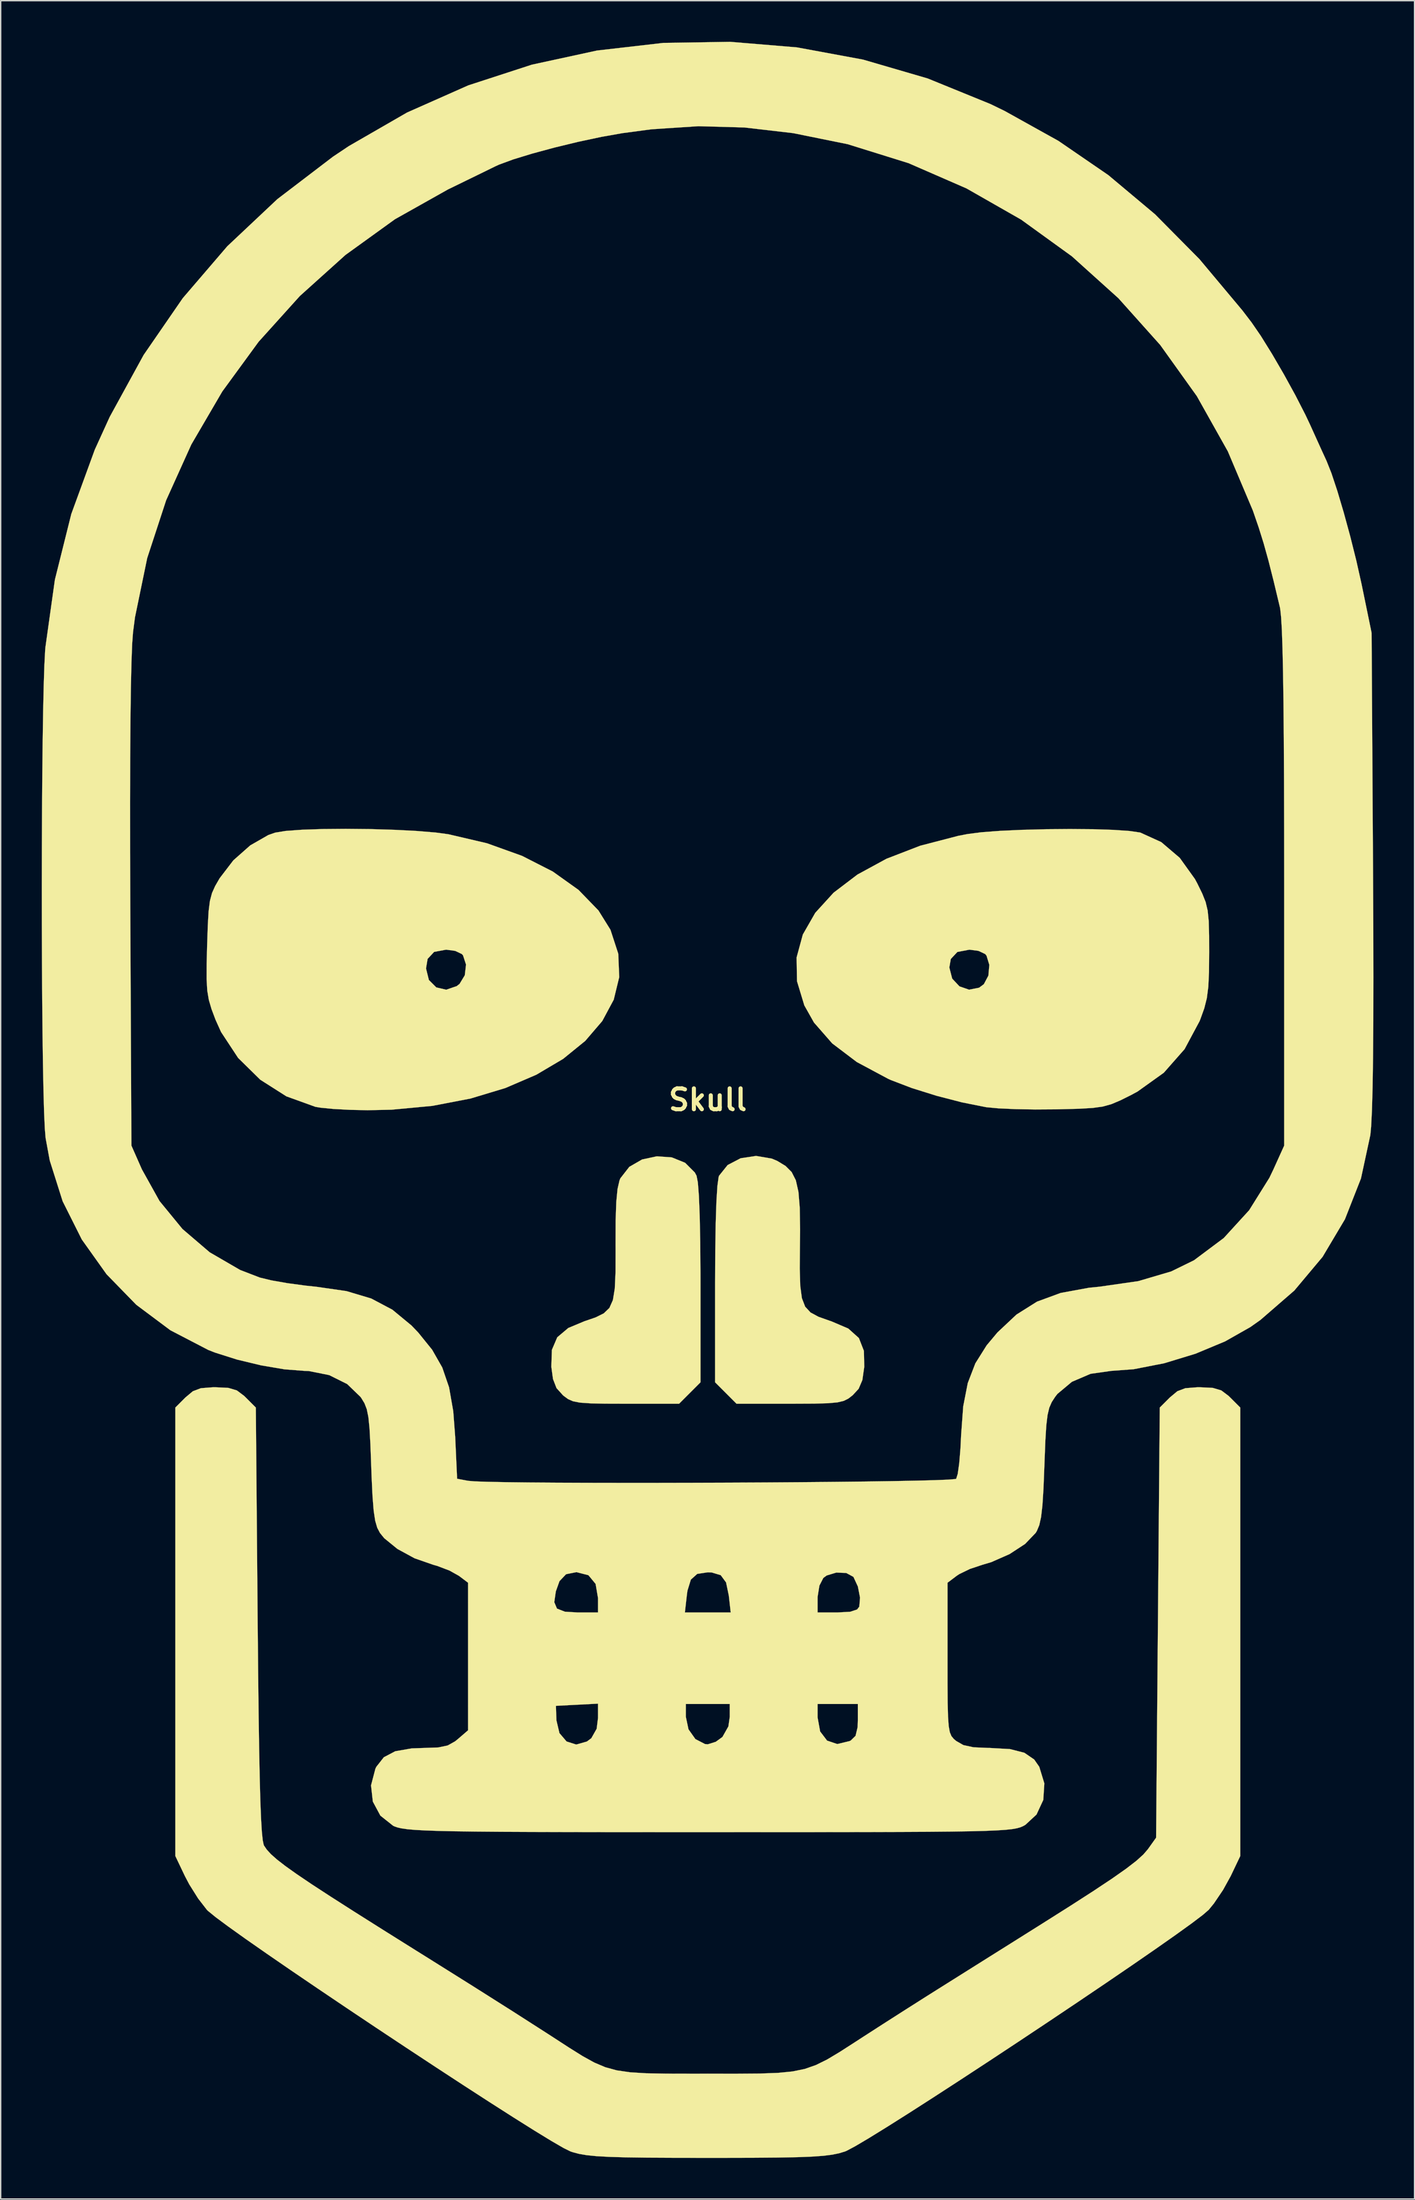
<source format=kicad_pcb>
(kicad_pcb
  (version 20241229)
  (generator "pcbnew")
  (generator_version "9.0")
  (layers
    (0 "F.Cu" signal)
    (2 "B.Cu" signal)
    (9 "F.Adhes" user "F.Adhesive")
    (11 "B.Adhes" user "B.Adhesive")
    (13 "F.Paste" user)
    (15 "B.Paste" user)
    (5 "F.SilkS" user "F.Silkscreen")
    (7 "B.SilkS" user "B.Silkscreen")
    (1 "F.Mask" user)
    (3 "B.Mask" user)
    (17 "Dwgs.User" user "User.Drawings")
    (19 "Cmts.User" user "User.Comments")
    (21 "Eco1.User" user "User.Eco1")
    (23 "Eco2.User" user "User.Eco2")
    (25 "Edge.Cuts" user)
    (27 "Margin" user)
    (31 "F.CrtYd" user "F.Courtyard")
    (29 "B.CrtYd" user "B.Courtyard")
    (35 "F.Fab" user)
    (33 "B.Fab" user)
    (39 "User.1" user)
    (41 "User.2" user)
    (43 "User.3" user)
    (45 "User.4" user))
  (footprint "Skull"
    (layer "F.Cu")
    (at 48.661 77.25)
    (property "Reference" "Skull" (at 0 0 0) (layer "F.SilkS") (effects (font (size 1.524 1.524) (thickness 0.3))))
    (attr through_hole)
    (fp_poly (pts (xy -2.629 4.205) (xy -1.66 4.598) (xy -0.946 5.311) (xy -0.821 5.546) (xy -0.727 6.033) (xy -0.65 7.022) (xy -0.592 8.479) (xy -0.553 10.372) (xy -0.536 12.667) (xy -0.535 13.402) (xy -0.535 20.629) (xy -1.316 21.41) (xy -2.098 22.192) (xy -5.98 22.192) (xy -7.506 22.187) (xy -8.594 22.164) (xy -9.343 22.11) (xy -9.848 22.011) (xy -10.207 21.855) (xy -10.518 21.627) (xy -10.587 21.568) (xy -11.054 21.049) (xy -11.31 20.387) (xy -11.431 19.496) (xy -11.391 18.257) (xy -10.998 17.339) (xy -10.192 16.66) (xy -9.02 16.17) (xy -8.199 15.889) (xy -7.601 15.593) (xy -7.19 15.198) (xy -6.933 14.62) (xy -6.795 13.775) (xy -6.741 12.579) (xy -6.737 10.947) (xy -6.739 10.602) (xy -6.733 8.796) (xy -6.686 7.454) (xy -6.594 6.507) (xy -6.451 5.885) (xy -6.389 5.734) (xy -5.735 4.895) (xy -4.801 4.357) (xy -3.721 4.126) (xy -2.629 4.205)) (stroke (width 0.01) (type solid)) (fill yes) (layer "F.SilkS"))
    (fp_poly (pts (xy 4.676 4.293) (xy 5.08 4.466) (xy 5.683 4.832) (xy 6.126 5.275) (xy 6.432 5.877) (xy 6.622 6.72) (xy 6.718 7.885) (xy 6.743 9.454) (xy 6.732 10.593) (xy 6.718 12.312) (xy 6.754 13.581) (xy 6.874 14.484) (xy 7.114 15.106) (xy 7.508 15.531) (xy 8.09 15.844) (xy 8.895 16.13) (xy 9.02 16.17) (xy 10.264 16.702) (xy 11.039 17.396) (xy 11.405 18.333) (xy 11.431 19.496) (xy 11.292 20.464) (xy 11.019 21.103) (xy 10.587 21.568) (xy 10.274 21.812) (xy 9.933 21.983) (xy 9.468 22.093) (xy 8.78 22.155) (xy 7.772 22.184) (xy 6.348 22.191) (xy 5.98 22.192) (xy 2.098 22.192) (xy 1.316 21.41) (xy 0.535 20.629) (xy 0.535 13.402) (xy 0.546 10.996) (xy 0.578 8.983) (xy 0.631 7.397) (xy 0.703 6.269) (xy 0.792 5.633) (xy 0.821 5.546) (xy 1.449 4.763) (xy 2.401 4.267) (xy 3.526 4.098) (xy 4.676 4.293)) (stroke (width 0.01) (type solid)) (fill yes) (layer "F.SilkS"))
    (fp_poly (pts (xy -24.663 -19.766) (xy -22.895 -19.713) (xy -21.26 -19.629) (xy -19.868 -19.513) (xy -18.951 -19.389) (xy -16.132 -18.73) (xy -13.572 -17.811) (xy -11.325 -16.666) (xy -9.446 -15.326) (xy -7.989 -13.824) (xy -7.112 -12.416) (xy -6.541 -10.667) (xy -6.471 -8.957) (xy -6.872 -7.31) (xy -7.71 -5.75) (xy -8.953 -4.301) (xy -10.57 -2.987) (xy -12.527 -1.831) (xy -14.792 -0.858) (xy -17.334 -0.092) (xy -20.119 0.443) (xy -23.115 0.724) (xy -24.865 0.761) (xy -26.158 0.733) (xy -27.36 0.668) (xy -28.3 0.576) (xy -28.674 0.512) (xy -30.788 -0.252) (xy -32.695 -1.465) (xy -34.313 -3.055) (xy -35.561 -4.95) (xy -35.966 -5.848) (xy -36.259 -6.627) (xy -36.454 -7.292) (xy -36.569 -7.975) (xy -36.616 -8.809) (xy -36.614 -9.591) (xy -20.587 -9.591) (xy -20.377 -8.746) (xy -19.838 -8.207) (xy -19.113 -8.037) (xy -18.342 -8.301) (xy -18.135 -8.464) (xy -17.754 -9.093) (xy -17.663 -9.871) (xy -17.881 -10.54) (xy -17.967 -10.641) (xy -18.45 -10.871) (xy -19.117 -10.962) (xy -19.993 -10.799) (xy -20.47 -10.29) (xy -20.587 -9.591) (xy -36.614 -9.591) (xy -36.613 -9.928) (xy -36.579 -11.258) (xy -36.53 -12.722) (xy -36.47 -13.77) (xy -36.375 -14.52) (xy -36.224 -15.092) (xy -35.995 -15.603) (xy -35.666 -16.173) (xy -35.665 -16.176) (xy -34.665 -17.482) (xy -33.428 -18.576) (xy -32.11 -19.331) (xy -31.61 -19.506) (xy -30.843 -19.631) (xy -29.654 -19.718) (xy -28.154 -19.769) (xy -26.453 -19.784) (xy -24.663 -19.766)) (stroke (width 0.01) (type solid)) (fill yes) (layer "F.SilkS"))
    (fp_poly (pts (xy 28.137 -19.756) (xy 29.622 -19.709) (xy 30.803 -19.629) (xy 31.568 -19.517) (xy 31.61 -19.506) (xy 33.129 -18.815) (xy 34.48 -17.665) (xy 35.588 -16.122) (xy 35.761 -15.8) (xy 36.125 -15.056) (xy 36.371 -14.44) (xy 36.52 -13.813) (xy 36.597 -13.039) (xy 36.625 -11.982) (xy 36.629 -10.79) (xy 36.617 -9.328) (xy 36.567 -8.254) (xy 36.459 -7.421) (xy 36.273 -6.682) (xy 35.988 -5.89) (xy 35.931 -5.746) (xy 34.832 -3.697) (xy 33.315 -1.976) (xy 31.391 -0.599) (xy 30.908 -0.34) (xy 30.125 0.049) (xy 29.487 0.318) (xy 28.864 0.492) (xy 28.126 0.595) (xy 27.144 0.653) (xy 25.788 0.689) (xy 25.4 0.697) (xy 23.91 0.707) (xy 22.468 0.681) (xy 21.234 0.625) (xy 20.365 0.543) (xy 20.32 0.536) (xy 18.591 0.193) (xy 16.715 -0.292) (xy 14.907 -0.857) (xy 13.381 -1.44) (xy 13.178 -1.531) (xy 10.886 -2.757) (xy 9.088 -4.119) (xy 7.757 -5.641) (xy 7.052 -6.892) (xy 6.516 -8.66) (xy 6.5 -9.66) (xy 17.646 -9.66) (xy 17.855 -8.847) (xy 18.385 -8.283) (xy 19.089 -8.039) (xy 19.822 -8.185) (xy 20.167 -8.441) (xy 20.499 -9.067) (xy 20.568 -9.85) (xy 20.364 -10.521) (xy 20.267 -10.641) (xy 19.784 -10.871) (xy 19.117 -10.962) (xy 18.233 -10.794) (xy 17.753 -10.281) (xy 17.646 -9.66) (xy 6.5 -9.66) (xy 6.488 -10.395) (xy 6.943 -12.069) (xy 7.852 -13.653) (xy 9.191 -15.122) (xy 10.932 -16.445) (xy 13.049 -17.597) (xy 15.517 -18.55) (xy 18.307 -19.275) (xy 18.983 -19.405) (xy 19.989 -19.534) (xy 21.349 -19.637) (xy 22.953 -19.711) (xy 24.693 -19.756) (xy 26.458 -19.771) (xy 28.137 -19.756)) (stroke (width 0.01) (type solid)) (fill yes) (layer "F.SilkS"))
    (fp_poly (pts (xy 36.893 21.034) (xy 37.516 21.219) (xy 38.047 21.619) (xy 38.161 21.73) (xy 38.902 22.471) (xy 38.902 55.212) (xy 38.201 56.682) (xy 37.641 57.695) (xy 36.974 58.681) (xy 36.597 59.142) (xy 36.167 59.514) (xy 35.339 60.14) (xy 34.164 60.986) (xy 32.694 62.017) (xy 30.981 63.199) (xy 29.075 64.498) (xy 27.028 65.88) (xy 24.891 67.311) (xy 22.717 68.757) (xy 20.557 70.182) (xy 18.461 71.554) (xy 16.481 72.838) (xy 14.67 74) (xy 13.078 75.005) (xy 11.757 75.82) (xy 10.758 76.411) (xy 10.133 76.742) (xy 10.026 76.786) (xy 9.595 76.917) (xy 9.09 77.021) (xy 8.451 77.102) (xy 7.614 77.162) (xy 6.518 77.204) (xy 5.099 77.231) (xy 3.295 77.246) (xy 1.044 77.252) (xy 0 77.252) (xy -2.448 77.249) (xy -4.424 77.238) (xy -5.99 77.216) (xy -7.209 77.18) (xy -8.142 77.128) (xy -8.853 77.056) (xy -9.404 76.962) (xy -9.858 76.842) (xy -10.026 76.786) (xy -10.531 76.538) (xy -11.424 76.021) (xy -12.655 75.269) (xy -14.171 74.317) (xy -15.923 73.198) (xy -17.858 71.947) (xy -19.924 70.597) (xy -22.071 69.184) (xy -24.247 67.741) (xy -26.4 66.302) (xy -28.478 64.902) (xy -30.432 63.575) (xy -32.208 62.354) (xy -33.756 61.275) (xy -35.024 60.37) (xy -35.96 59.676) (xy -36.514 59.224) (xy -36.597 59.142) (xy -37.236 58.316) (xy -37.884 57.285) (xy -38.201 56.682) (xy -38.902 55.212) (xy -38.902 22.471) (xy -38.161 21.73) (xy -37.621 21.279) (xy -37.034 21.057) (xy -36.18 20.99) (xy -35.961 20.988) (xy -35.028 21.034) (xy -34.406 21.219) (xy -33.874 21.619) (xy -33.761 21.73) (xy -33.02 22.471) (xy -32.886 38.173) (xy -32.853 41.715) (xy -32.818 44.752) (xy -32.78 47.315) (xy -32.738 49.432) (xy -32.692 51.136) (xy -32.64 52.455) (xy -32.582 53.419) (xy -32.517 54.059) (xy -32.444 54.404) (xy -32.423 54.45) (xy -32.221 54.746) (xy -31.919 55.077) (xy -31.478 55.468) (xy -30.859 55.948) (xy -30.024 56.541) (xy -28.936 57.276) (xy -27.554 58.176) (xy -25.84 59.271) (xy -23.757 60.585) (xy -21.266 62.145) (xy -20.594 62.564) (xy -17.175 64.706) (xy -14.216 66.578) (xy -11.714 68.181) (xy -11.372 68.402) (xy -10.14 69.201) (xy -9.142 69.825) (xy -8.288 70.296) (xy -7.487 70.635) (xy -6.649 70.864) (xy -5.682 71.005) (xy -4.498 71.078) (xy -3.004 71.105) (xy -1.111 71.109) (xy 0 71.108) (xy 2.124 71.109) (xy 3.804 71.096) (xy 5.13 71.048) (xy 6.193 70.943) (xy 7.083 70.761) (xy 7.891 70.479) (xy 8.708 70.076) (xy 9.623 69.53) (xy 10.728 68.82) (xy 11.372 68.402) (xy 12.787 67.491) (xy 14.408 66.455) (xy 15.986 65.454) (xy 16.78 64.954) (xy 17.969 64.208) (xy 19.101 63.497) (xy 20.039 62.908) (xy 20.587 62.564) (xy 21.245 62.151) (xy 22.218 61.541) (xy 23.366 60.82) (xy 24.395 60.174) (xy 26.511 58.837) (xy 28.214 57.741) (xy 29.55 56.852) (xy 30.565 56.139) (xy 31.305 55.568) (xy 31.817 55.107) (xy 32.147 54.723) (xy 32.15 54.72) (xy 32.753 53.875) (xy 32.886 38.173) (xy 33.02 22.471) (xy 33.761 21.73) (xy 34.302 21.279) (xy 34.889 21.057) (xy 35.743 20.99) (xy 35.961 20.988) (xy 36.893 21.034)) (stroke (width 0.01) (type solid)) (fill yes) (layer "F.SilkS"))
    (fp_poly (pts (xy 6.517 -76.84) (xy 11.338 -75.949) (xy 16.062 -74.572) (xy 20.644 -72.705) (xy 21.683 -72.201) (xy 25.619 -70.012) (xy 29.261 -67.515) (xy 32.673 -64.656) (xy 35.916 -61.382) (xy 39.053 -57.639) (xy 39.729 -56.756) (xy 40.4 -55.78) (xy 41.214 -54.47) (xy 42.085 -52.975) (xy 42.927 -51.444) (xy 43.654 -50.027) (xy 43.996 -49.304) (xy 44.463 -48.272) (xy 44.87 -47.375) (xy 45.15 -46.766) (xy 45.201 -46.656) (xy 45.559 -45.758) (xy 45.991 -44.459) (xy 46.46 -42.88) (xy 46.934 -41.145) (xy 47.377 -39.376) (xy 47.754 -37.694) (xy 47.775 -37.595) (xy 48.497 -34.089) (xy 48.6 -16.878) (xy 48.62 -12.649) (xy 48.627 -8.946) (xy 48.621 -5.762) (xy 48.601 -3.087) (xy 48.569 -0.914) (xy 48.522 0.766) (xy 48.462 1.961) (xy 48.406 2.565) (xy 47.72 5.743) (xy 46.548 8.723) (xy 44.916 11.466) (xy 42.849 13.93) (xy 40.372 16.075) (xy 39.64 16.592) (xy 37.792 17.639) (xy 35.631 18.54) (xy 33.342 19.237) (xy 31.11 19.672) (xy 29.489 19.791) (xy 27.967 20.006) (xy 26.601 20.59) (xy 25.543 21.474) (xy 25.374 21.693) (xy 25.126 22.075) (xy 24.947 22.487) (xy 24.82 23.023) (xy 24.73 23.782) (xy 24.663 24.86) (xy 24.604 26.355) (xy 24.59 26.737) (xy 24.524 28.392) (xy 24.448 29.602) (xy 24.35 30.46) (xy 24.218 31.056) (xy 24.041 31.48) (xy 23.951 31.627) (xy 23.181 32.428) (xy 22.044 33.171) (xy 20.707 33.759) (xy 20.053 33.953) (xy 19.151 34.253) (xy 18.362 34.637) (xy 18.181 34.758) (xy 17.513 35.262) (xy 17.513 40.782) (xy 17.514 42.632) (xy 17.524 44.022) (xy 17.55 45.025) (xy 17.599 45.717) (xy 17.68 46.171) (xy 17.801 46.462) (xy 17.969 46.664) (xy 18.144 46.813) (xy 18.672 47.115) (xy 19.411 47.275) (xy 20.515 47.324) (xy 20.604 47.324) (xy 22.079 47.407) (xy 23.129 47.676) (xy 23.846 48.168) (xy 24.217 48.7) (xy 24.588 49.913) (xy 24.51 51.12) (xy 24.016 52.185) (xy 23.201 52.938) (xy 23.033 53.033) (xy 22.839 53.116) (xy 22.583 53.188) (xy 22.23 53.25) (xy 21.745 53.302) (xy 21.093 53.345) (xy 20.239 53.38) (xy 19.146 53.408) (xy 17.781 53.43) (xy 16.107 53.446) (xy 14.09 53.457) (xy 11.694 53.465) (xy 8.884 53.469) (xy 5.625 53.471) (xy 1.882 53.472) (xy 0.134 53.472) (xy -3.844 53.472) (xy -7.322 53.47) (xy -10.336 53.465) (xy -12.92 53.457) (xy -15.11 53.446) (xy -16.942 53.43) (xy -18.449 53.409) (xy -19.667 53.382) (xy -20.632 53.348) (xy -21.379 53.307) (xy -21.942 53.258) (xy -22.357 53.2) (xy -22.659 53.132) (xy -22.883 53.055) (xy -22.99 53.005) (xy -23.922 52.265) (xy -24.472 51.241) (xy -24.604 50.057) (xy -24.284 48.836) (xy -24.217 48.7) (xy -23.668 48.002) (xy -22.833 47.564) (xy -21.627 47.355) (xy -20.723 47.324) (xy -19.692 47.287) (xy -19.003 47.143) (xy -18.464 46.842) (xy -18.263 46.679) (xy -17.513 46.034) (xy -17.513 44.249) (xy -11.096 44.249) (xy -11.061 45.299) (xy -10.839 46.24) (xy -10.318 46.851) (xy -9.612 47.076) (xy -8.833 46.855) (xy -8.51 46.614) (xy -8.119 45.922) (xy -8.021 45.13) (xy -8.021 44.116) (xy -1.604 44.116) (xy -1.604 45.052) (xy -1.41 45.965) (xy -0.906 46.676) (xy -0.208 47.038) (xy 0 47.057) (xy 0.582 46.875) (xy 1.069 46.522) (xy 1.504 45.751) (xy 1.604 45.052) (xy 1.604 44.116) (xy 8.021 44.116) (xy 8.021 45.097) (xy 8.208 46.121) (xy 8.714 46.787) (xy 9.459 47.039) (xy 10.363 46.822) (xy 10.445 46.78) (xy 10.795 46.437) (xy 10.945 45.805) (xy 10.962 45.31) (xy 10.962 44.116) (xy 8.021 44.116) (xy 1.604 44.116) (xy -1.604 44.116) (xy -8.021 44.116) (xy -8.021 44.089) (xy -9.558 44.169) (xy -11.096 44.249) (xy -17.513 44.249) (xy -17.513 36.679) (xy -11.216 36.679) (xy -11.02 37.149) (xy -10.442 37.376) (xy -9.5 37.432) (xy -8.021 37.432) (xy -1.674 37.432) (xy 1.674 37.432) (xy 1.555 36.381) (xy 8.021 36.381) (xy 8.021 37.432) (xy 9.463 37.432) (xy 10.394 37.382) (xy 10.903 37.217) (xy 11.067 37.009) (xy 11.123 36.353) (xy 10.964 35.537) (xy 10.652 34.86) (xy 10.625 34.825) (xy 10.114 34.548) (xy 9.386 34.52) (xy 8.689 34.73) (xy 8.441 34.911) (xy 8.154 35.47) (xy 8.023 36.285) (xy 8.021 36.381) (xy 1.555 36.381) (xy 1.534 36.195) (xy 1.334 35.238) (xy 0.945 34.709) (xy 0.279 34.509) (xy 0 34.499) (xy -0.771 34.616) (xy -1.237 35.032) (xy -1.487 35.844) (xy -1.534 36.195) (xy -1.674 37.432) (xy -8.021 37.432) (xy -8.021 36.381) (xy -8.197 35.347) (xy -8.72 34.713) (xy -9.58 34.491) (xy -9.612 34.491) (xy -10.355 34.639) (xy -10.836 35.146) (xy -11.103 35.895) (xy -11.216 36.679) (xy -17.513 36.679) (xy -17.513 35.262) (xy -18.181 34.758) (xy -18.866 34.375) (xy -19.766 34.033) (xy -20.053 33.953) (xy -21.426 33.475) (xy -22.678 32.793) (xy -23.643 32.007) (xy -23.951 31.627) (xy -24.151 31.247) (xy -24.3 30.734) (xy -24.411 29.996) (xy -24.495 28.942) (xy -24.564 27.483) (xy -24.59 26.737) (xy -24.65 25.14) (xy -24.715 23.981) (xy -24.798 23.163) (xy -24.916 22.587) (xy -25.083 22.157) (xy -25.314 21.777) (xy -25.374 21.693) (xy -26.348 20.754) (xy -27.661 20.101) (xy -29.162 19.802) (xy -29.489 19.791) (xy -30.925 19.68) (xy -32.633 19.39) (xy -34.398 18.966) (xy -36.007 18.456) (xy -36.495 18.265) (xy -39.263 16.827) (xy -41.756 14.965) (xy -43.927 12.737) (xy -45.735 10.199) (xy -47.133 7.411) (xy -48.077 4.43) (xy -48.378 2.797) (xy -48.437 2.089) (xy -48.49 0.907) (xy -48.535 -0.69) (xy -48.573 -2.641) (xy -48.604 -4.885) (xy -48.628 -7.363) (xy -48.644 -10.015) (xy -48.654 -12.78) (xy -48.656 -15.597) (xy -48.651 -18.408) (xy -48.639 -21.15) (xy -48.635 -21.741) (xy -42.209 -21.741) (xy -42.207 -18.12) (xy -42.193 -14.171) (xy -42.111 3.342) (xy -41.344 5.08) (xy -40.056 7.392) (xy -38.38 9.434) (xy -36.392 11.134) (xy -34.169 12.424) (xy -32.73 12.979) (xy -31.887 13.183) (xy -30.701 13.391) (xy -29.363 13.571) (xy -28.608 13.65) (xy -26.403 13.967) (xy -24.587 14.509) (xy -23.043 15.327) (xy -21.654 16.474) (xy -21.162 16.985) (xy -20.138 18.251) (xy -19.399 19.547) (xy -18.901 20.999) (xy -18.597 22.737) (xy -18.456 24.596) (xy -18.315 27.669) (xy -17.513 27.819) (xy -17.035 27.859) (xy -16.097 27.892) (xy -14.75 27.919) (xy -13.051 27.94) (xy -11.052 27.955) (xy -8.808 27.965) (xy -6.372 27.969) (xy -3.8 27.969) (xy -1.144 27.963) (xy 1.54 27.953) (xy 4.199 27.939) (xy 6.779 27.92) (xy 9.226 27.897) (xy 11.486 27.871) (xy 13.504 27.841) (xy 15.226 27.808) (xy 16.599 27.772) (xy 17.569 27.733) (xy 18.081 27.691) (xy 18.146 27.673) (xy 18.26 27.31) (xy 18.369 26.534) (xy 18.458 25.466) (xy 18.508 24.464) (xy 18.661 22.379) (xy 18.993 20.682) (xy 19.547 19.242) (xy 20.372 17.929) (xy 21.162 16.985) (xy 22.551 15.681) (xy 24.05 14.738) (xy 25.778 14.103) (xy 27.85 13.723) (xy 28.623 13.646) (xy 31.454 13.239) (xy 33.858 12.531) (xy 35.52 11.718) (xy 37.696 10.092) (xy 39.55 8.064) (xy 41.03 5.694) (xy 41.324 5.08) (xy 42.111 3.342) (xy 42.111 -15.641) (xy 42.107 -19.732) (xy 42.098 -23.31) (xy 42.082 -26.396) (xy 42.058 -29.014) (xy 42.027 -31.184) (xy 41.988 -32.929) (xy 41.942 -34.27) (xy 41.886 -35.23) (xy 41.822 -35.829) (xy 41.797 -35.961) (xy 41.343 -37.86) (xy 40.96 -39.372) (xy 40.609 -40.632) (xy 40.252 -41.775) (xy 39.852 -42.937) (xy 39.814 -43.042) (xy 37.993 -47.346) (xy 35.728 -51.378) (xy 33.053 -55.113) (xy 30 -58.524) (xy 26.602 -61.584) (xy 22.892 -64.265) (xy 18.902 -66.542) (xy 14.666 -68.387) (xy 10.216 -69.773) (xy 6.234 -70.579) (xy 2.676 -70.992) (xy -0.692 -71.086) (xy -4.11 -70.86) (xy -6.234 -70.579) (xy -7.775 -70.306) (xy -9.472 -69.944) (xy -11.196 -69.527) (xy -12.821 -69.088) (xy -14.217 -68.661) (xy -15.257 -68.278) (xy -15.507 -68.164) (xy -15.892 -67.976) (xy -16.65 -67.605) (xy -17.677 -67.105) (xy -18.866 -66.525) (xy -18.983 -66.469) (xy -22.856 -64.293) (xy -26.475 -61.683) (xy -29.806 -58.686) (xy -32.815 -55.349) (xy -35.469 -51.719) (xy -37.733 -47.845) (xy -39.573 -43.773) (xy -40.957 -39.551) (xy -41.85 -35.227) (xy -41.992 -34.139) (xy -42.055 -33.287) (xy -42.107 -31.922) (xy -42.149 -30.064) (xy -42.18 -27.733) (xy -42.2 -24.952) (xy -42.209 -21.741) (xy -48.635 -21.741) (xy -48.62 -23.765) (xy -48.593 -26.192) (xy -48.559 -28.371) (xy -48.517 -30.242) (xy -48.468 -31.744) (xy -48.412 -32.817) (xy -48.395 -33.029) (xy -47.701 -37.972) (xy -46.502 -42.771) (xy -44.787 -47.465) (xy -43.694 -49.864) (xy -41.215 -54.386) (xy -38.355 -58.534) (xy -35.104 -62.321) (xy -31.45 -65.759) (xy -27.381 -68.862) (xy -26.228 -69.632) (xy -21.97 -72.085) (xy -17.498 -74.067) (xy -12.856 -75.577) (xy -8.089 -76.611) (xy -3.242 -77.168) (xy 1.642 -77.245) (xy 6.517 -76.84)) (stroke (width 0.01) (type solid)) (fill yes) (layer "F.SilkS")))
  (gr_rect
    (start -3 -3)
    (end 100.293 157.507)
    (stroke (width 0.1) (type default))
    (fill no)
    (layer "Edge.Cuts")))
</source>
